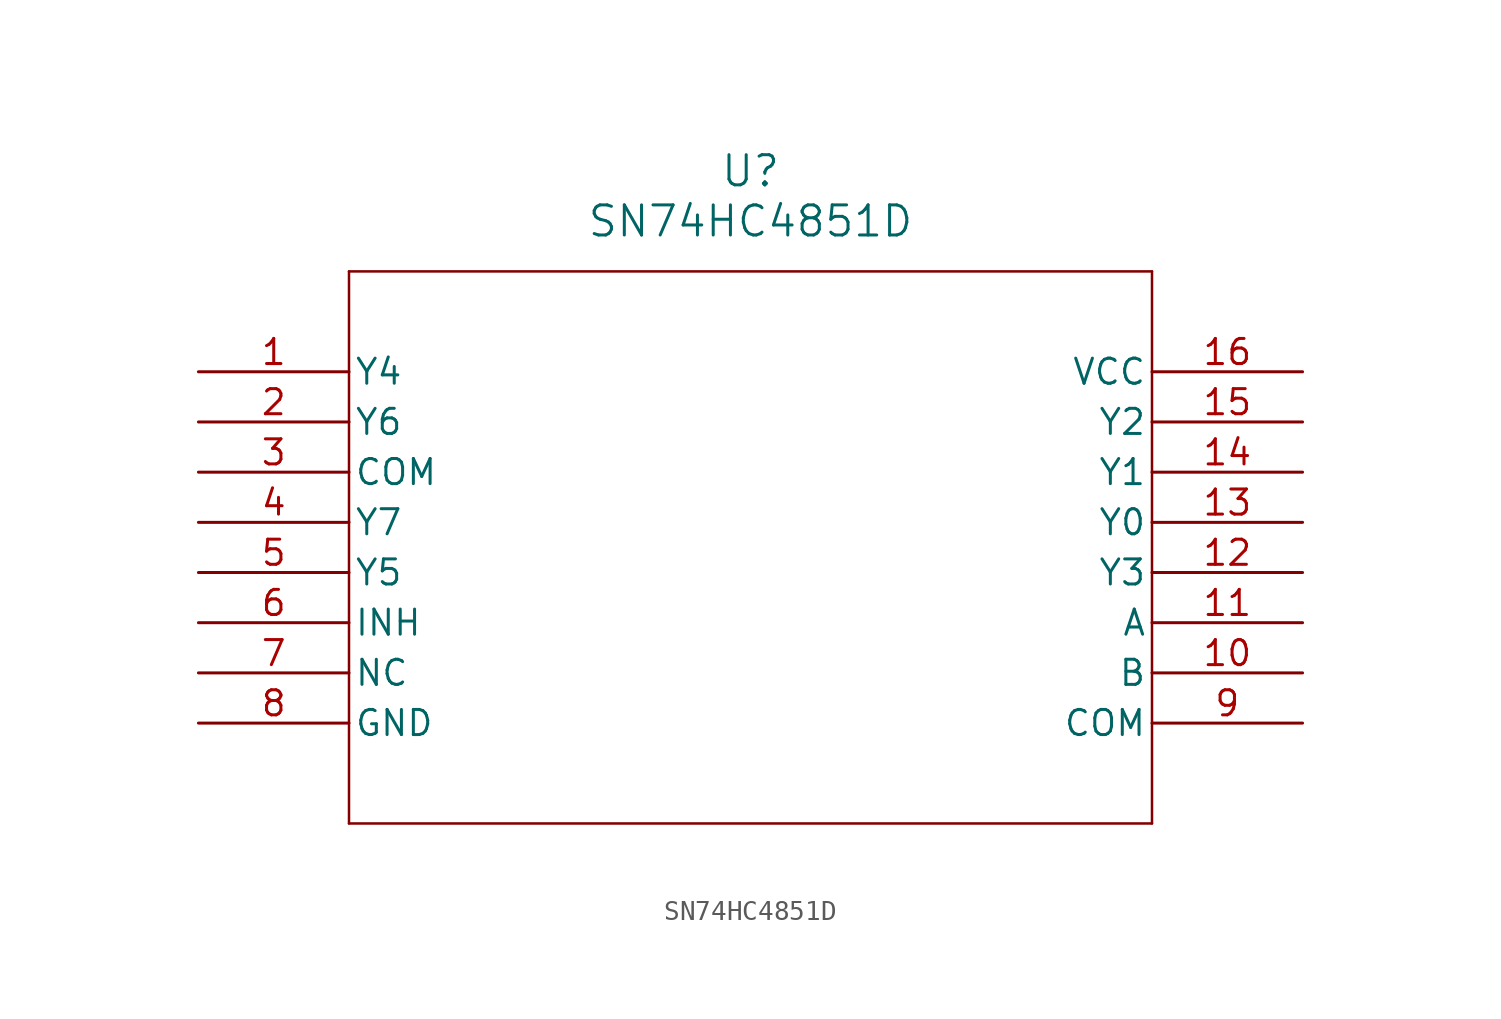
<source format=kicad_sym>
(kicad_symbol_lib
  (version 20211014)
  (generator kicad_symbol_editor)
  (symbol "SN74HC4851D"
    (pin_names
      (offset 0.254))
    (property "Reference" "U"
      (at 27.94 10.16 0)
      (effects (font (size 1.524 1.524))))
    (property "Value" "SN74HC4851D"
      (at 27.94 7.62 0)
      (effects (font (size 1.524 1.524))))
    (symbol "SN74HC4851D_0_1"
      (polyline (pts (xy 7.62 5.08) (xy 7.62 -22.86)) (stroke (width 0.127) (type default) (color 0 0 0 0)) (fill (type none)))
      (polyline (pts (xy 7.62 -22.86) (xy 48.26 -22.86)) (stroke (width 0.127) (type default) (color 0 0 0 0)) (fill (type none)))
      (polyline (pts (xy 48.26 -22.86) (xy 48.26 5.08)) (stroke (width 0.127) (type default) (color 0 0 0 0)) (fill (type none)))
      (polyline (pts (xy 48.26 5.08) (xy 7.62 5.08)) (stroke (width 0.127) (type default) (color 0 0 0 0)) (fill (type none)))
      (pin output line (at 0 0 0) (length 7.62) (name "Y4" (effects (font (size 1.27 1.27)))) (number "1" (effects (font (size 1.27 1.27)))))
      (pin output line (at 0 -2.54 0) (length 7.62) (name "Y6" (effects (font (size 1.27 1.27)))) (number "2" (effects (font (size 1.27 1.27)))))
      (pin input line (at 0 -5.08 0) (length 7.62) (name "COM" (effects (font (size 1.27 1.27)))) (number "3" (effects (font (size 1.27 1.27)))))
      (pin output line (at 0 -7.62 0) (length 7.62) (name "Y7" (effects (font (size 1.27 1.27)))) (number "4" (effects (font (size 1.27 1.27)))))
      (pin output line (at 0 -10.16 0) (length 7.62) (name "Y5" (effects (font (size 1.27 1.27)))) (number "5" (effects (font (size 1.27 1.27)))))
      (pin input line (at 0 -12.7 0) (length 7.62) (name "INH" (effects (font (size 1.27 1.27)))) (number "6" (effects (font (size 1.27 1.27)))))
      (pin unspecified line (at 0 -15.24 0) (length 7.62) (name "NC" (effects (font (size 1.27 1.27)))) (number "7" (effects (font (size 1.27 1.27)))))
      (pin power_in line (at 0 -17.78 0) (length 7.62) (name "GND" (effects (font (size 1.27 1.27)))) (number "8" (effects (font (size 1.27 1.27)))))
      (pin input line (at 55.88 -17.78 180) (length 7.62) (name "COM" (effects (font (size 1.27 1.27)))) (number "9" (effects (font (size 1.27 1.27)))))
      (pin input line (at 55.88 -15.24 180) (length 7.62) (name "B" (effects (font (size 1.27 1.27)))) (number "10" (effects (font (size 1.27 1.27)))))
      (pin input line (at 55.88 -12.7 180) (length 7.62) (name "A" (effects (font (size 1.27 1.27)))) (number "11" (effects (font (size 1.27 1.27)))))
      (pin output line (at 55.88 -10.16 180) (length 7.62) (name "Y3" (effects (font (size 1.27 1.27)))) (number "12" (effects (font (size 1.27 1.27)))))
      (pin output line (at 55.88 -7.62 180) (length 7.62) (name "Y0" (effects (font (size 1.27 1.27)))) (number "13" (effects (font (size 1.27 1.27)))))
      (pin output line (at 55.88 -5.08 180) (length 7.62) (name "Y1" (effects (font (size 1.27 1.27)))) (number "14" (effects (font (size 1.27 1.27)))))
      (pin output line (at 55.88 -2.54 180) (length 7.62) (name "Y2" (effects (font (size 1.27 1.27)))) (number "15" (effects (font (size 1.27 1.27)))))
      (pin power_in line (at 55.88 0 180) (length 7.62) (name "VCC" (effects (font (size 1.27 1.27)))) (number "16" (effects (font (size 1.27 1.27))))))))
</source>
